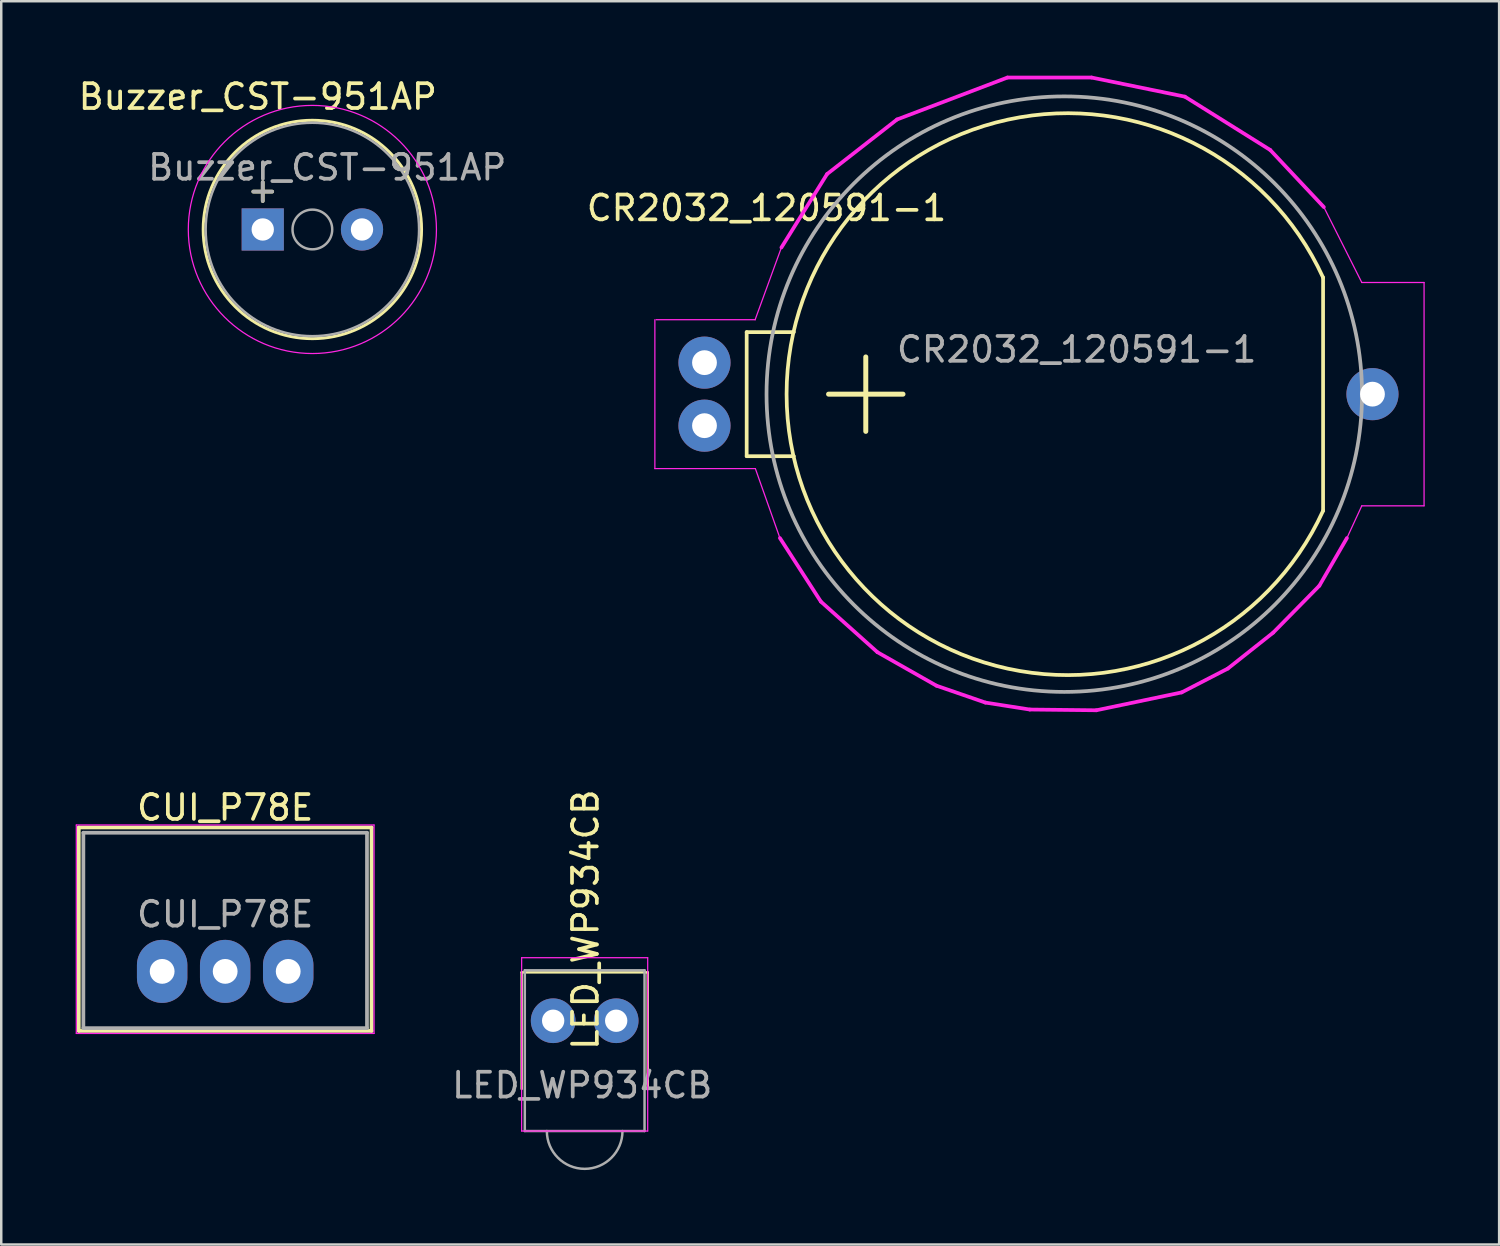
<source format=kicad_pcb>
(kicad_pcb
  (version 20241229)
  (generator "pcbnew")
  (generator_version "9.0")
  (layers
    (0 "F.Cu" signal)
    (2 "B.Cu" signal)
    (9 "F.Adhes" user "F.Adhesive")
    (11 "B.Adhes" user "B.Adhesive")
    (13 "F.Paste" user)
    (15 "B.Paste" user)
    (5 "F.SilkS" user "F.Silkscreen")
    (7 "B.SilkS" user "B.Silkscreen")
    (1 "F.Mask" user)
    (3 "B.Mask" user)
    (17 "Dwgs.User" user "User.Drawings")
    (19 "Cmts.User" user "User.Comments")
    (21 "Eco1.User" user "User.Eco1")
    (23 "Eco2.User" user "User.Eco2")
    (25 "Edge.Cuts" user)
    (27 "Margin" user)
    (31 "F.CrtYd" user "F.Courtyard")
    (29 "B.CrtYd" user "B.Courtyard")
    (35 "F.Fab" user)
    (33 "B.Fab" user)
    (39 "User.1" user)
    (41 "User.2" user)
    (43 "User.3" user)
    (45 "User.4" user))
  (footprint "Buzzer_CST-951AP"
    (layer "F.Cu")
    (at 7.539 6.198)
    (property "Reference" "Buzzer_CST-951AP" (at -0.2 -5.35 0) (layer "F.SilkS") (effects (font (size 1 1) (thickness 0.15))))
    (attr through_hole)
    (fp_circle (center 2 0) (end 6.4 0) (stroke (width 0.12) (type solid)) (fill no) (layer "F.SilkS"))
    (fp_circle (center 2 0) (end 7 0) (stroke (width 0.05) (type solid)) (fill no) (layer "F.CrtYd"))
    (fp_circle (center 2 0) (end 2.8 0) (stroke (width 0.1) (type solid)) (fill no) (layer "F.Fab"))
    (fp_circle (center 2 0) (end 6.3 0) (stroke (width 0.1) (type solid)) (fill no) (layer "F.Fab"))
    (fp_text user "+" (at 0 -1.6 0) (layer "F.SilkS") (effects (font (size 1 1) (thickness 0.15))))
    (fp_text user "+" (at 0 -1.6 0) (layer "F.Fab") (effects (font (size 1 1) (thickness 0.15))))
    (fp_text user "${REFERENCE}" (at 2.6 -2.5 0) (layer "F.Fab") (effects (font (size 1 1) (thickness 0.15))))
    (pad "1" thru_hole rect (at 0 0) (size 1.7 1.7) (drill 0.9) (layers "*.Cu" "*.Mask"))
    (pad "2" thru_hole circle (at 4 0) (size 1.7 1.7) (drill 0.9) (layers "*.Cu" "*.Mask")))
  (footprint "LED_WP934CB"
    (layer "F.Cu")
    (at 20.513 42.487)
    (property "Reference" "LED_WP934CB" (at 0.035 -8.474 270) (layer "F.SilkS") (effects (font (size 1 1) (thickness 0.15))))
    (attr through_hole)
    (fp_line (start -2.54 -6.35) (end -2.54 -1.651) (stroke (width 0.1) (type solid)) (layer "F.SilkS"))
    (fp_line (start -2.54 -6.35) (end 2.54 -6.35) (stroke (width 0.1) (type solid)) (layer "F.SilkS"))
    (fp_line (start 2.54 -6.35) (end 2.54 -1.651) (stroke (width 0.1) (type solid)) (layer "F.SilkS"))
    (fp_line (start -2.54 -6.94) (end -2.54 0.045) (stroke (width 0.05) (type solid)) (layer "F.CrtYd"))
    (fp_line (start -2.54 0.045) (end 2.54 0.045) (stroke (width 0.05) (type solid)) (layer "F.CrtYd"))
    (fp_line (start 2.54 -6.94) (end -2.54 -6.94) (stroke (width 0.05) (type solid)) (layer "F.CrtYd"))
    (fp_line (start 2.54 0.045) (end 2.54 -6.94) (stroke (width 0.05) (type solid)) (layer "F.CrtYd"))
    (fp_line (start -2.413 -6.432) (end -2.413 0.045) (stroke (width 0.1) (type solid)) (layer "F.Fab"))
    (fp_line (start -2.413 -6.432) (end 2.413 -6.432) (stroke (width 0.1) (type solid)) (layer "F.Fab"))
    (fp_line (start -2.413 0.045) (end 2.413 0.045) (stroke (width 0.1) (type solid)) (layer "F.Fab"))
    (fp_line (start 2.413 -6.432) (end 2.413 0.045) (stroke (width 0.1) (type solid)) (layer "F.Fab"))
    (fp_arc (start 1.524 0.045) (mid 0 1.569) (end -1.524 0.045) (stroke (width 0.1) (type solid)) (layer "F.Fab"))
    (fp_text user "${REFERENCE}" (at -0.1 -1.8 0) (layer "F.Fab") (effects (font (size 1 1) (thickness 0.15))))
    (pad "1" thru_hole circle (at 1.27 -4.4) (size 1.8 1.8) (drill 0.9) (layers "*.Cu" "*.Mask"))
    (pad "2" thru_hole circle (at -1.27 -4.4) (size 1.8 1.8) (drill 0.9) (layers "*.Cu" "*.Mask")))
  (footprint "CR2032_120591-1"
    (layer "F.Cu")
    (at 25.342 12.835)
    (property "Reference" "CR2032_120591-1" (at 2.5 -7.5 0) (layer "F.SilkS") (effects (font (size 1 1) (thickness 0.15))))
    (attr through_hole)
    (fp_line (start 1.7 -2.5) (end 1.7 2.5) (stroke (width 0.15) (type solid)) (layer "F.SilkS"))
    (fp_line (start 1.7 -2.5) (end 3.6 -2.5) (stroke (width 0.15) (type solid)) (layer "F.SilkS"))
    (fp_line (start 1.7 2.5) (end 3.6 2.5) (stroke (width 0.15) (type solid)) (layer "F.SilkS"))
    (fp_line (start 5 0) (end 8 0) (stroke (width 0.2) (type solid)) (layer "F.SilkS"))
    (fp_line (start 6.5 -1.5) (end 6.5 1.5) (stroke (width 0.2) (type solid)) (layer "F.SilkS"))
    (fp_line (start 24.93 -4.7) (end 24.93 4.7) (stroke (width 0.15) (type solid)) (layer "F.SilkS"))
    (fp_arc (start 24.929999 4.7) (mid 3.30834 0) (end 24.929999 -4.699999) (stroke (width 0.15) (type solid)) (layer "F.SilkS"))
    (fp_line (start -2 -3) (end -2 3) (stroke (width 0.05) (type solid)) (layer "F.CrtYd"))
    (fp_line (start -2 3) (end 2.05 3) (stroke (width 0.05) (type solid)) (layer "F.CrtYd"))
    (fp_line (start 2.05 -3) (end -1.95 -3) (stroke (width 0.05) (type solid)) (layer "F.CrtYd"))
    (fp_line (start 2.05 3) (end 3.04 5.8) (stroke (width 0.05) (type solid)) (layer "F.CrtYd"))
    (fp_line (start 3.04 5.8) (end 4.69 8.36) (stroke (width 0.15) (type solid)) (layer "F.CrtYd"))
    (fp_line (start 3.1 -5.91) (end 2.04 -3) (stroke (width 0.05) (type solid)) (layer "F.CrtYd"))
    (fp_line (start 4.69 8.36) (end 6.97 10.4) (stroke (width 0.15) (type solid)) (layer "F.CrtYd"))
    (fp_line (start 4.94 -8.87) (end 3.1 -5.91) (stroke (width 0.15) (type solid)) (layer "F.CrtYd"))
    (fp_line (start 6.97 10.4) (end 9.35 11.75) (stroke (width 0.15) (type solid)) (layer "F.CrtYd"))
    (fp_line (start 7.76 -11.07) (end 4.94 -8.87) (stroke (width 0.15) (type solid)) (layer "F.CrtYd"))
    (fp_line (start 9.35 11.75) (end 11.32 12.43) (stroke (width 0.15) (type solid)) (layer "F.CrtYd"))
    (fp_line (start 11.32 12.43) (end 13.11 12.71) (stroke (width 0.15) (type solid)) (layer "F.CrtYd"))
    (fp_line (start 12.21 -12.76) (end 7.76 -11.07) (stroke (width 0.15) (type solid)) (layer "F.CrtYd"))
    (fp_line (start 13.11 12.71) (end 15.79 12.74) (stroke (width 0.15) (type solid)) (layer "F.CrtYd"))
    (fp_line (start 15.6 -12.76) (end 12.21 -12.76) (stroke (width 0.15) (type solid)) (layer "F.CrtYd"))
    (fp_line (start 15.79 12.74) (end 19.23 12.02) (stroke (width 0.15) (type solid)) (layer "F.CrtYd"))
    (fp_line (start 19.23 12.02) (end 21.09 11.06) (stroke (width 0.15) (type solid)) (layer "F.CrtYd"))
    (fp_line (start 19.36 -11.99) (end 15.6 -12.76) (stroke (width 0.15) (type solid)) (layer "F.CrtYd"))
    (fp_line (start 21.09 11.06) (end 22.92 9.61) (stroke (width 0.15) (type solid)) (layer "F.CrtYd"))
    (fp_line (start 22.8 -9.84) (end 19.36 -11.99) (stroke (width 0.15) (type solid)) (layer "F.CrtYd"))
    (fp_line (start 22.92 9.61) (end 24.78 7.72) (stroke (width 0.15) (type solid)) (layer "F.CrtYd"))
    (fp_line (start 24.78 7.72) (end 25.89 5.8) (stroke (width 0.15) (type solid)) (layer "F.CrtYd"))
    (fp_line (start 24.96 -7.54) (end 22.8 -9.84) (stroke (width 0.15) (type solid)) (layer "F.CrtYd"))
    (fp_line (start 25.89 5.8) (end 26.49 4.5) (stroke (width 0.05) (type solid)) (layer "F.CrtYd"))
    (fp_line (start 26.49 -4.5) (end 24.96 -7.54) (stroke (width 0.05) (type solid)) (layer "F.CrtYd"))
    (fp_line (start 26.49 -4.5) (end 29 -4.5) (stroke (width 0.05) (type solid)) (layer "F.CrtYd"))
    (fp_line (start 26.49 4.5) (end 29 4.5) (stroke (width 0.05) (type solid)) (layer "F.CrtYd"))
    (fp_line (start 29 4.5) (end 29 -4.5) (stroke (width 0.05) (type solid)) (layer "F.CrtYd"))
    (fp_circle (center 14.5 0) (end 26.5 0) (stroke (width 0.15) (type solid)) (fill no) (layer "F.Fab"))
    (fp_text user "${REFERENCE}" (at 15 -1.8 0) (layer "F.Fab") (effects (font (size 1 1) (thickness 0.15))))
    (pad "1" thru_hole circle (at 0 -1.27) (size 2.1 2.1) (drill 1) (layers "*.Cu" "*.Mask"))
    (pad "1" thru_hole circle (at 0 1.27) (size 2.1 2.1) (drill 1) (layers "*.Cu" "*.Mask"))
    (pad "2" thru_hole circle (at 26.92 0) (size 2.1 2.1) (drill 1) (layers "*.Cu" "*.Mask")))
  (footprint "CUI_P78E"
    (layer "F.Cu")
    (at 6.025 36.098)
    (property "Reference" "CUI_P78E" (at 0 -6.6 0) (layer "F.SilkS") (effects (font (size 1 1) (thickness 0.15))))
    (attr through_hole)
    (fp_line (start -5.9 -5.8) (end -5.9 2.4) (stroke (width 0.15) (type solid)) (layer "F.SilkS"))
    (fp_line (start 5.9 -5.8) (end -5.9 -5.8) (stroke (width 0.15) (type solid)) (layer "F.SilkS"))
    (fp_line (start 5.9 -5.8) (end 5.9 2.4) (stroke (width 0.15) (type solid)) (layer "F.SilkS"))
    (fp_line (start 5.9 2.4) (end -5.9 2.4) (stroke (width 0.15) (type solid)) (layer "F.SilkS"))
    (fp_line (start -6 -5.9) (end 6 -5.9) (stroke (width 0.05) (type solid)) (layer "F.CrtYd"))
    (fp_line (start -6 2.5) (end -6 -5.9) (stroke (width 0.05) (type solid)) (layer "F.CrtYd"))
    (fp_line (start 6 -5.9) (end 6 2.5) (stroke (width 0.05) (type solid)) (layer "F.CrtYd"))
    (fp_line (start 6 2.5) (end -6 2.5) (stroke (width 0.05) (type solid)) (layer "F.CrtYd"))
    (fp_line (start -5.715 -5.588) (end 5.715 -5.588) (stroke (width 0.15) (type solid)) (layer "F.Fab"))
    (fp_line (start -5.715 2.286) (end -5.715 -5.588) (stroke (width 0.15) (type solid)) (layer "F.Fab"))
    (fp_line (start 5.715 -5.588) (end 5.715 2.286) (stroke (width 0.15) (type solid)) (layer "F.Fab"))
    (fp_line (start 5.715 2.286) (end -5.715 2.286) (stroke (width 0.15) (type solid)) (layer "F.Fab"))
    (fp_text user "${REFERENCE}" (at 0 -2.3 0) (layer "F.Fab") (effects (font (size 1 1) (thickness 0.15))))
    (pad "1" thru_hole oval (at -2.54 0) (size 2.032 2.54) (drill 1) (layers "*.Cu" "*.Mask"))
    (pad "2" thru_hole oval (at 0 0) (size 2.032 2.54) (drill 1) (layers "*.Cu" "*.Mask"))
    (pad "3" thru_hole oval (at 2.54 0) (size 2.032 2.54) (drill 1) (layers "*.Cu" "*.Mask")))
  (gr_rect
    (start -3 -3)
    (end 57.367 47.106)
    (stroke (width 0.1) (type default))
    (fill no)
    (layer "Edge.Cuts")))
</source>
